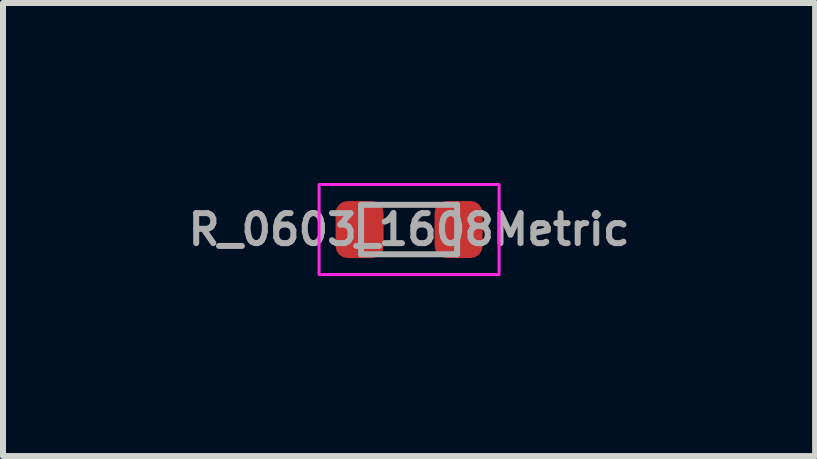
<source format=kicad_pcb>
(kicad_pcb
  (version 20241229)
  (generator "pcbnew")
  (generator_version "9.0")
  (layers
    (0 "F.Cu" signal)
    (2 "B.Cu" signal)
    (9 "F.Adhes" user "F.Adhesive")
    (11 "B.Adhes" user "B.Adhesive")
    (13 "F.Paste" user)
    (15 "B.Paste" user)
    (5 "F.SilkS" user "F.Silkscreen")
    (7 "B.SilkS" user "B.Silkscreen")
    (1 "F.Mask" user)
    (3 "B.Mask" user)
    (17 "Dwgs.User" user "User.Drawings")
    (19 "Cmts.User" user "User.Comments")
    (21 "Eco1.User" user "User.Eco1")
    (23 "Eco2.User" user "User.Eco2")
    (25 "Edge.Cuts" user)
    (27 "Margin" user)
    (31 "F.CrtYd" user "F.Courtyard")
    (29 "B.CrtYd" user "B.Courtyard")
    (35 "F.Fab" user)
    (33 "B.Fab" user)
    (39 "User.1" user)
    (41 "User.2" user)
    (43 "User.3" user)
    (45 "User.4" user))
  (footprint "R_0603_1608Metric"
    (layer "F.Cu")
    (at 3.767 0.775)
    (property "Reference" "R_0603_1608Metric" (at 0 0 0) (layer "F.Fab") (effects (font (size 0.5 0.5) (thickness 0.1))))
    (attr smd)
    (fp_rect (start -1.5 -0.75) (end 1.5 0.75) (stroke (width 0.05) (type default)) (fill no) (layer "F.CrtYd"))
    (fp_line (start -0.8 -0.412) (end 0.8 -0.412) (stroke (width 0.1) (type solid)) (layer "F.Fab"))
    (fp_line (start -0.8 0.412) (end -0.8 -0.412) (stroke (width 0.1) (type solid)) (layer "F.Fab"))
    (fp_line (start 0.8 -0.412) (end 0.8 0.412) (stroke (width 0.1) (type solid)) (layer "F.Fab"))
    (fp_line (start 0.8 0.412) (end -0.8 0.412) (stroke (width 0.1) (type solid)) (layer "F.Fab"))
    (pad "1" smd roundrect (at -0.825 0) (size 0.8 0.95) (layers "F.Cu" "F.Mask" "F.Paste") (roundrect_rratio 0.25))
    (pad "2" smd roundrect (at 0.825 0) (size 0.8 0.95) (layers "F.Cu" "F.Mask" "F.Paste") (roundrect_rratio 0.25)))
  (gr_rect
    (start -3 -3)
    (end 10.533 4.55)
    (stroke (width 0.1) (type default))
    (fill no)
    (layer "Edge.Cuts")))
</source>
